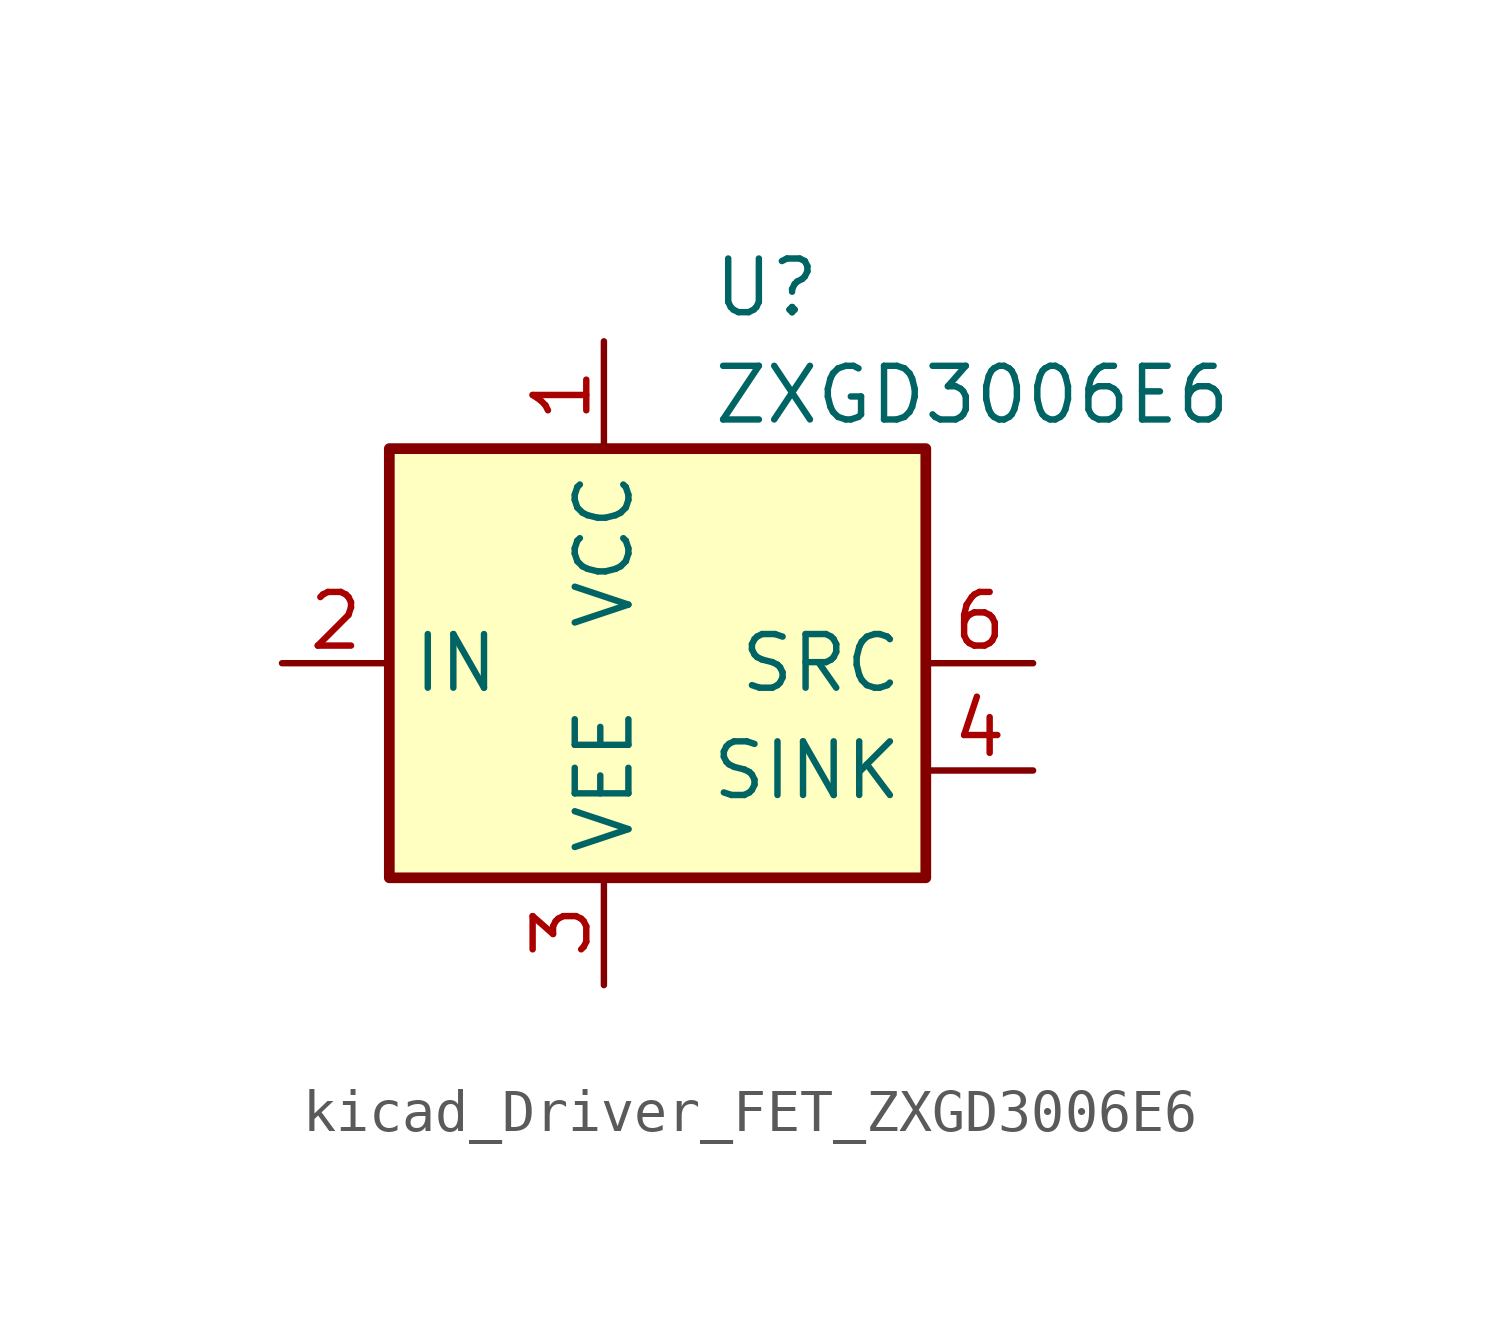
<source format=kicad_sym>
(kicad_symbol_lib
  (version 20220914)
  (generator kicad_symbol_editor)
  (symbol "kicad_Driver_FET_ZXGD3006E6"
    (property "Reference" "U"
      (at 2.54 8.89 0)
      (effects (font (size 1.27 1.27)) (justify left)))
    (property "Value" "ZXGD3006E6"
      (at 2.54 6.35 0)
      (effects (font (size 1.27 1.27)) (justify left)))
    (symbol "kicad_Driver_FET_ZXGD3006E6_0_1"
      (rectangle (start -5.08 5.08) (end 7.62 -5.08) (stroke (width 0.254) (type default)) (fill (type background))))
    (symbol "kicad_Driver_FET_ZXGD3006E6_1_1"
      (pin power_in line (at 0 7.62 270) (length 2.54) (name "VCC" (effects (font (size 1.27 1.27)))) (number "1" (effects (font (size 1.27 1.27)))))
      (pin input line (at -7.62 0 0) (length 2.54) (name "IN" (effects (font (size 1.27 1.27)))) (number "2" (effects (font (size 1.27 1.27)))))
      (pin power_in line (at 0 -7.62 90) (length 2.54) (name "VEE" (effects (font (size 1.27 1.27)))) (number "3" (effects (font (size 1.27 1.27)))))
      (pin open_collector line (at 10.16 -2.54 180) (length 2.54) (name "SINK" (effects (font (size 1.27 1.27)))) (number "4" (effects (font (size 1.27 1.27)))))
      (pin no_connect line (at 7.62 2.54 180) (length 2.54) hide (name "NC" (effects (font (size 1.27 1.27)))) (number "5" (effects (font (size 1.27 1.27)))))
      (pin open_emitter line (at 10.16 0 180) (length 2.54) (name "SRC" (effects (font (size 1.27 1.27)))) (number "6" (effects (font (size 1.27 1.27))))))))
</source>
